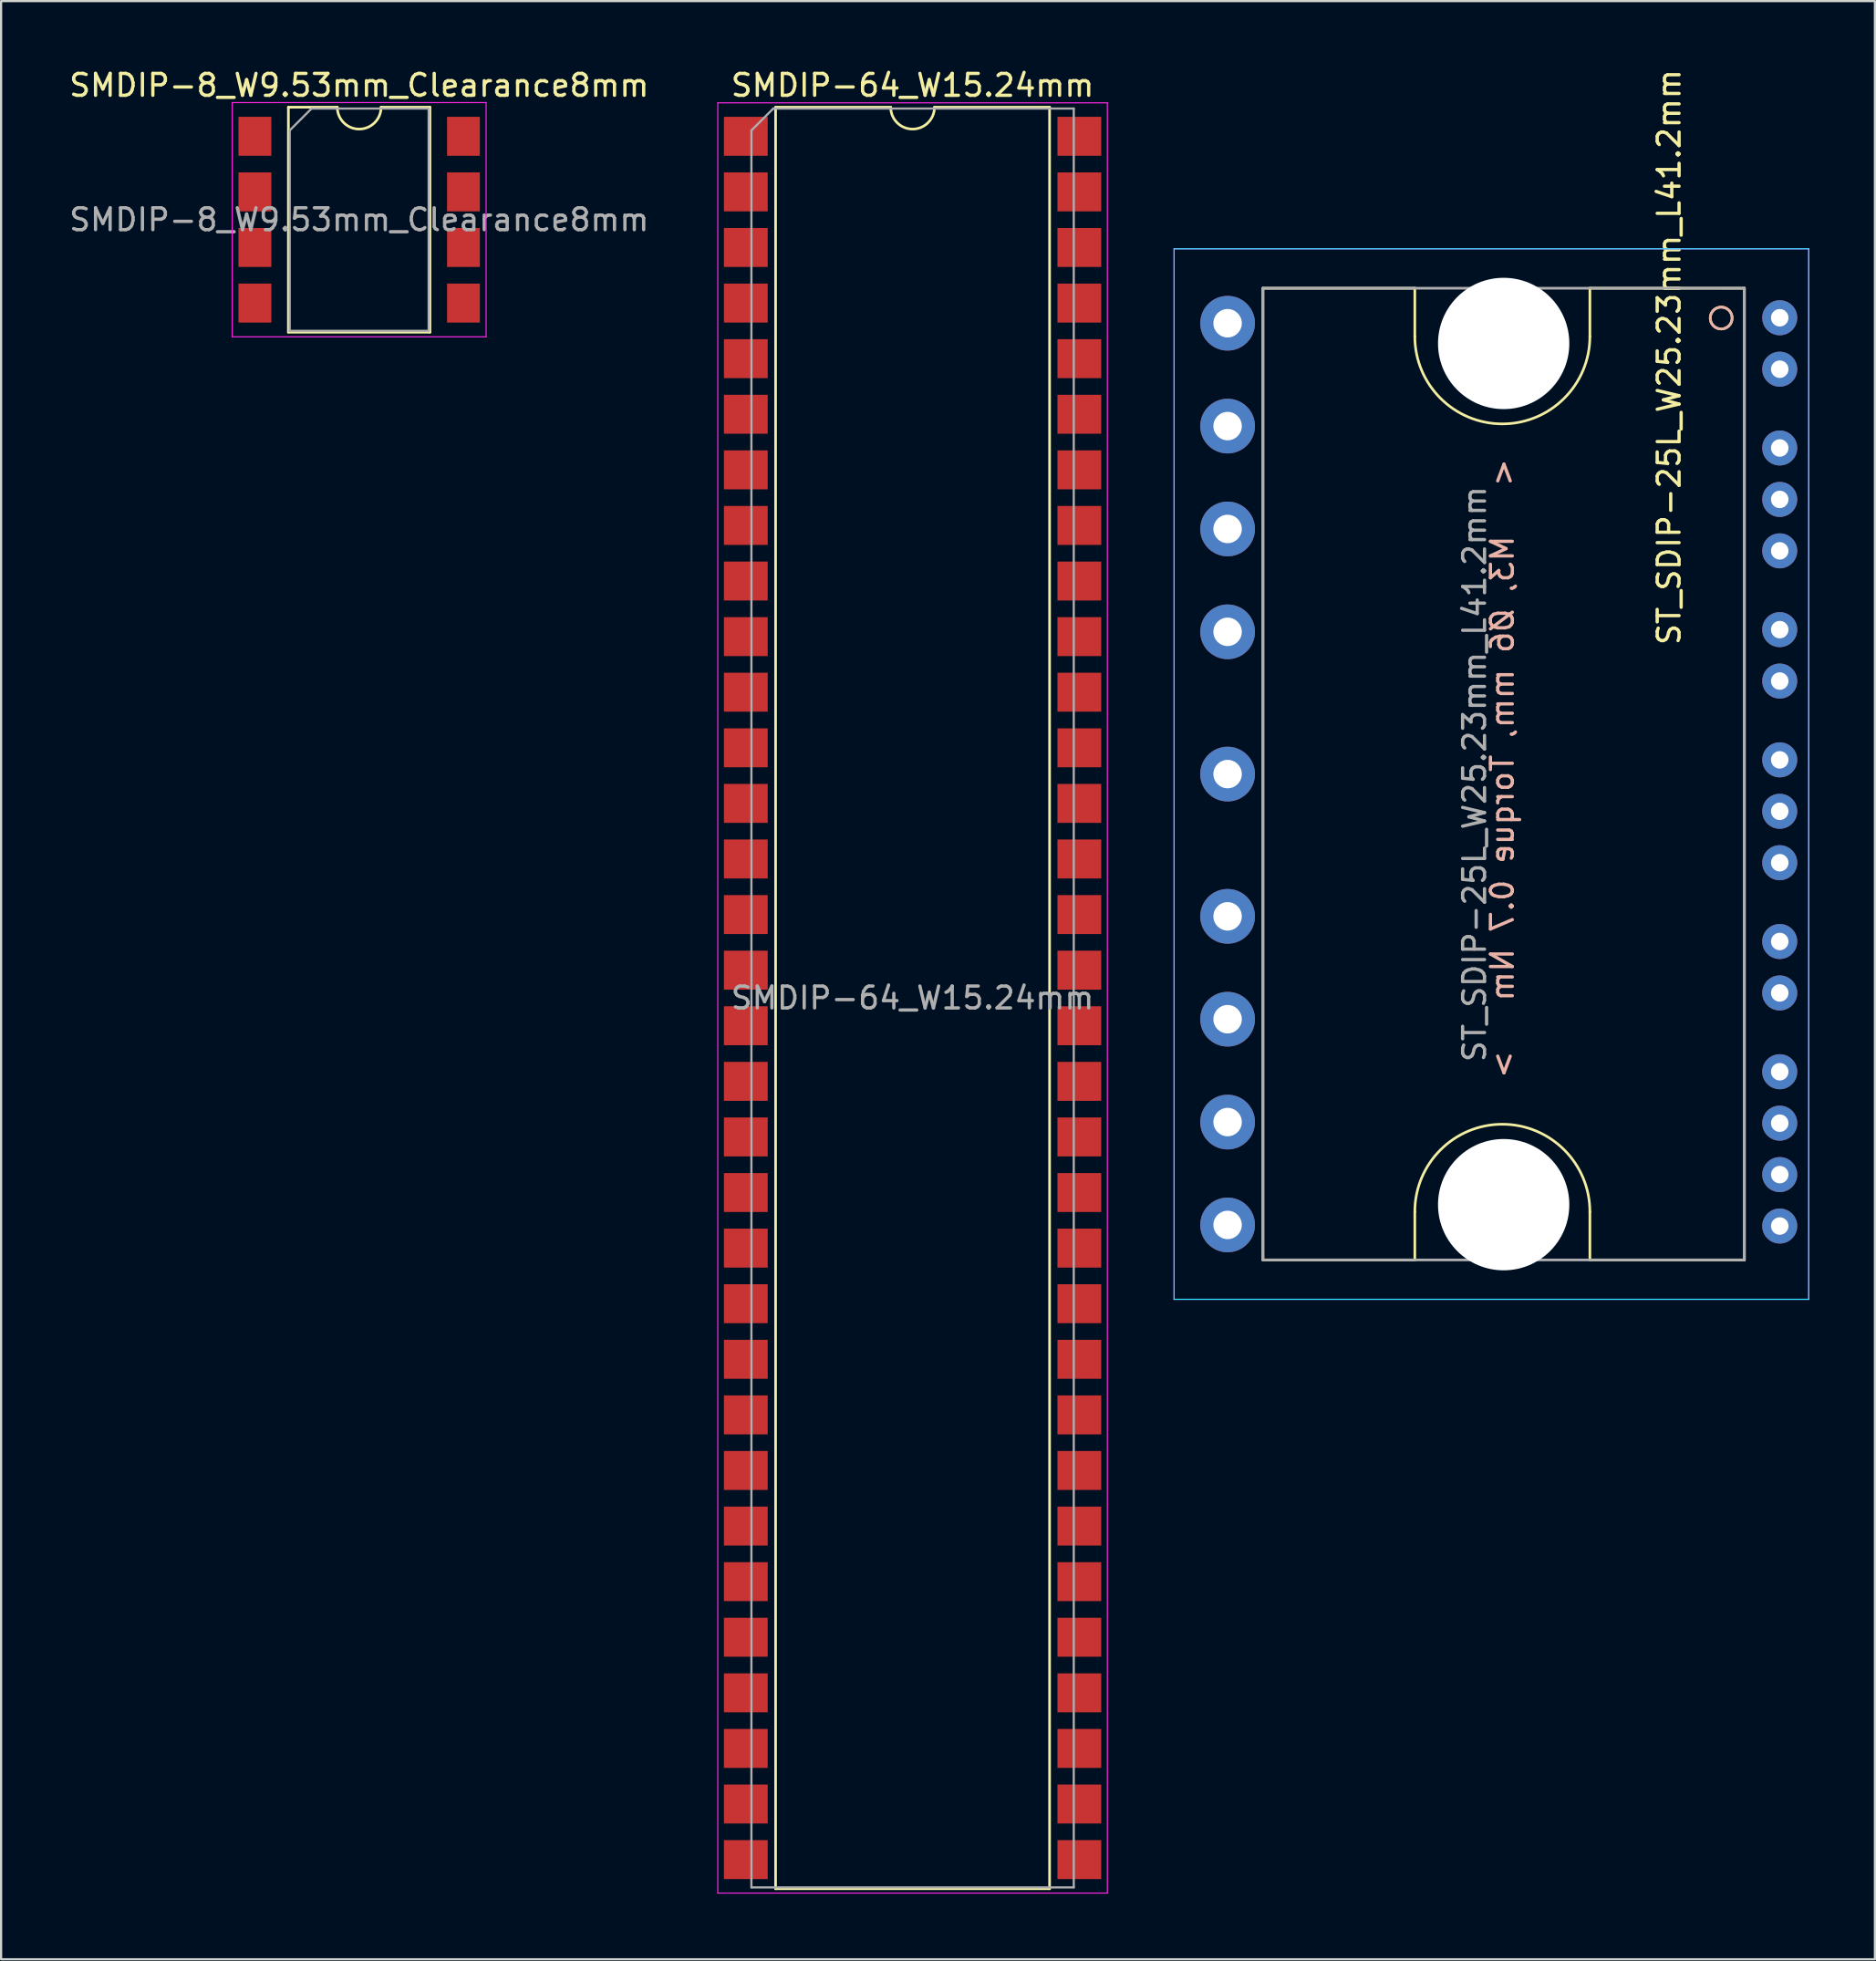
<source format=kicad_pcb>
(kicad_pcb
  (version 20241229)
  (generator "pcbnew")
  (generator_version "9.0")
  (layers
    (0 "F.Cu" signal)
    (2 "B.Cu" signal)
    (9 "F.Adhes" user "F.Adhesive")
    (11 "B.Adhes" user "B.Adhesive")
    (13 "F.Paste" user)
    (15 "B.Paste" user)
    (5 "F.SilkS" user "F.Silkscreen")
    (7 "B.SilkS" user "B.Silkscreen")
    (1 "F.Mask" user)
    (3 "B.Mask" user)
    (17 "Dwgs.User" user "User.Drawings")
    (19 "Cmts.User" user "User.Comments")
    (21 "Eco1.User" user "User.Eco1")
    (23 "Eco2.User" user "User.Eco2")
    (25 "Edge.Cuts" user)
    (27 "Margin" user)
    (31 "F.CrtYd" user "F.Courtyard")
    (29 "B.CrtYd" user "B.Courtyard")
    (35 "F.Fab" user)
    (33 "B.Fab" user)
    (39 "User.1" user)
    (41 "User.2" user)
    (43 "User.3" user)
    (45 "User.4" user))
  (footprint "SMDIP-8_W9.53mm_Clearance8mm"
    (layer "F.Cu")
    (at 13.363 6.988)
    (property "Reference" "SMDIP-8_W9.53mm_Clearance8mm" (at 0 -6.14 0) (layer "F.SilkS") (effects (font (size 1 1) (thickness 0.15))))
    (attr smd)
    (fp_line (start -3.235 -5.14) (end -3.235 5.14) (stroke (width 0.12) (type solid)) (layer "F.SilkS"))
    (fp_line (start -3.235 5.14) (end 3.235 5.14) (stroke (width 0.12) (type solid)) (layer "F.SilkS"))
    (fp_line (start -1 -5.14) (end -3.235 -5.14) (stroke (width 0.12) (type solid)) (layer "F.SilkS"))
    (fp_line (start 3.235 -5.14) (end 1 -5.14) (stroke (width 0.12) (type solid)) (layer "F.SilkS"))
    (fp_line (start 3.235 5.14) (end 3.235 -5.14) (stroke (width 0.12) (type solid)) (layer "F.SilkS"))
    (fp_arc (start 1 -5.14) (mid 0 -4.14) (end -1 -5.14) (stroke (width 0.12) (type solid)) (layer "F.SilkS"))
    (fp_line (start -5.8 -5.35) (end -5.8 5.35) (stroke (width 0.05) (type solid)) (layer "F.CrtYd"))
    (fp_line (start -5.8 5.35) (end 5.8 5.35) (stroke (width 0.05) (type solid)) (layer "F.CrtYd"))
    (fp_line (start 5.8 -5.35) (end -5.8 -5.35) (stroke (width 0.05) (type solid)) (layer "F.CrtYd"))
    (fp_line (start 5.8 5.35) (end 5.8 -5.35) (stroke (width 0.05) (type solid)) (layer "F.CrtYd"))
    (fp_line (start -3.175 -4.08) (end -2.175 -5.08) (stroke (width 0.1) (type solid)) (layer "F.Fab"))
    (fp_line (start -3.175 5.08) (end -3.175 -4.08) (stroke (width 0.1) (type solid)) (layer "F.Fab"))
    (fp_line (start -2.175 -5.08) (end 3.175 -5.08) (stroke (width 0.1) (type solid)) (layer "F.Fab"))
    (fp_line (start 3.175 -5.08) (end 3.175 5.08) (stroke (width 0.1) (type solid)) (layer "F.Fab"))
    (fp_line (start 3.175 5.08) (end -3.175 5.08) (stroke (width 0.1) (type solid)) (layer "F.Fab"))
    (fp_text user "${REFERENCE}" (at 0 0 0) (layer "F.Fab") (effects (font (size 1 1) (thickness 0.15))))
    (pad "1" smd rect (at -4.765 -3.81) (size 1.5 1.78) (layers "F.Cu" "F.Mask" "F.Paste"))
    (pad "2" smd rect (at -4.765 -1.27) (size 1.5 1.78) (layers "F.Cu" "F.Mask" "F.Paste"))
    (pad "3" smd rect (at -4.765 1.27) (size 1.5 1.78) (layers "F.Cu" "F.Mask" "F.Paste"))
    (pad "4" smd rect (at -4.765 3.81) (size 1.5 1.78) (layers "F.Cu" "F.Mask" "F.Paste"))
    (pad "5" smd rect (at 4.765 3.81) (size 1.5 1.78) (layers "F.Cu" "F.Mask" "F.Paste"))
    (pad "6" smd rect (at 4.765 1.27) (size 1.5 1.78) (layers "F.Cu" "F.Mask" "F.Paste"))
    (pad "7" smd rect (at 4.765 -1.27) (size 1.5 1.78) (layers "F.Cu" "F.Mask" "F.Paste"))
    (pad "8" smd rect (at 4.765 -3.81) (size 1.5 1.78) (layers "F.Cu" "F.Mask" "F.Paste")))
  (footprint "ST_SDIP-25L_W25.23mm_L41.2mm"
    (layer "F.Cu")
    (at 78.276 11.469)
    (property "Reference" "ST_SDIP-25L_W25.23mm_L41.2mm" (at -5.055 1.799 90) (layer "F.SilkS") (effects (font (size 1 1) (thickness 0.15))))
    (attr through_hole)
    (fp_line (start -23.615 -1.35) (end -23.615 43.05) (stroke (width 0.12) (type solid)) (layer "F.SilkS"))
    (fp_line (start -23.615 43.05) (end -16.675 43.05) (stroke (width 0.12) (type solid)) (layer "F.SilkS"))
    (fp_line (start -16.675 -1.35) (end -23.615 -1.35) (stroke (width 0.12) (type solid)) (layer "F.SilkS"))
    (fp_line (start -16.675 0.849) (end -16.675 -1.351) (stroke (width 0.12) (type solid)) (layer "F.SilkS"))
    (fp_line (start -16.675 40.849) (end -16.675 43.05) (stroke (width 0.12) (type solid)) (layer "F.SilkS"))
    (fp_line (start -8.675 -1.351) (end -8.675 0.849) (stroke (width 0.12) (type solid)) (layer "F.SilkS"))
    (fp_line (start -8.675 40.849) (end -8.675 43.049) (stroke (width 0.12) (type solid)) (layer "F.SilkS"))
    (fp_line (start -8.675 43.05) (end -1.615 43.05) (stroke (width 0.12) (type solid)) (layer "F.SilkS"))
    (fp_line (start -1.615 -1.35) (end -8.675 -1.351) (stroke (width 0.12) (type solid)) (layer "F.SilkS"))
    (fp_line (start -1.615 43.05) (end -1.615 -1.35) (stroke (width 0.12) (type solid)) (layer "F.SilkS"))
    (fp_arc (start -16.675 40.849) (mid -12.675 36.849) (end -8.675 40.849) (stroke (width 0.12) (type solid)) (layer "F.SilkS"))
    (fp_arc (start -8.675 0.849) (mid -12.675 4.849) (end -16.675 0.849) (stroke (width 0.12) (type solid)) (layer "F.SilkS"))
    (fp_circle (center -2.675 0.013) (end -2.675 -0.487) (stroke (width 0.12) (type solid)) (fill no) (layer "F.SilkS"))
    (fp_circle (center -2.675 0.013) (end -2.175 0.013) (stroke (width 0.12) (type solid)) (fill no) (layer "B.SilkS"))
    (fp_line (start -27.675 -3.151) (end -27.675 44.849) (stroke (width 0.05) (type solid)) (layer "B.CrtYd"))
    (fp_line (start -27.675 44.849) (end 1.325 44.849) (stroke (width 0.05) (type solid)) (layer "B.CrtYd"))
    (fp_line (start 1.325 -3.151) (end -27.675 -3.151) (stroke (width 0.05) (type solid)) (layer "B.CrtYd"))
    (fp_line (start 1.325 44.849) (end 1.325 -3.151) (stroke (width 0.05) (type solid)) (layer "B.CrtYd"))
    (fp_line (start -27.675 -3.151) (end -27.675 44.849) (stroke (width 0.05) (type solid)) (layer "F.CrtYd"))
    (fp_line (start -27.675 44.849) (end 1.325 44.849) (stroke (width 0.05) (type solid)) (layer "F.CrtYd"))
    (fp_line (start 1.325 -3.151) (end -27.675 -3.151) (stroke (width 0.05) (type solid)) (layer "F.CrtYd"))
    (fp_line (start 1.325 44.849) (end 1.325 -3.151) (stroke (width 0.05) (type solid)) (layer "F.CrtYd"))
    (fp_line (start -23.615 -1.35) (end -23.615 43.05) (stroke (width 0.12) (type solid)) (layer "F.Fab"))
    (fp_line (start -23.615 43.05) (end -1.615 43.05) (stroke (width 0.12) (type solid)) (layer "F.Fab"))
    (fp_line (start -1.615 -1.35) (end -23.615 -1.35) (stroke (width 0.12) (type solid)) (layer "F.Fab"))
    (fp_line (start -1.615 43.05) (end -1.615 -1.35) (stroke (width 0.12) (type solid)) (layer "F.Fab"))
    (fp_text user "<   M3, Ø6 mm, Torque 0.7 Nm   >" (at -12.675 20.595 270) (layer "B.SilkS") (effects (font (size 1 1) (thickness 0.15)) (justify mirror)))
    (fp_text user "${REFERENCE}" (at -13.945 20.849 90) (layer "F.Fab") (effects (font (size 1 1) (thickness 0.15))))
    (pad "" np_thru_hole circle (at -12.615 1.174 270) (size 6 6) (drill 6) (layers "*.Cu" "*.Mask"))
    (pad "" np_thru_hole circle (at -12.615 40.524 270) (size 6 6) (drill 6) (layers "*.Cu" "*.Mask"))
    (pad "1" thru_hole circle (at 0 0 270) (size 1.6 1.6) (drill 0.8) (layers "*.Cu" "*.Mask"))
    (pad "2" thru_hole circle (at 0 2.35 270) (size 1.6 1.6) (drill 0.8) (layers "*.Cu" "*.Mask"))
    (pad "3" thru_hole circle (at 0 5.95 270) (size 1.6 1.6) (drill 0.8) (layers "*.Cu" "*.Mask"))
    (pad "4" thru_hole circle (at 0 8.3 270) (size 1.6 1.6) (drill 0.8) (layers "*.Cu" "*.Mask"))
    (pad "5" thru_hole circle (at 0 10.65 270) (size 1.6 1.6) (drill 0.8) (layers "*.Cu" "*.Mask"))
    (pad "6" thru_hole circle (at 0 14.25 270) (size 1.6 1.6) (drill 0.8) (layers "*.Cu" "*.Mask"))
    (pad "7" thru_hole circle (at 0 16.6 270) (size 1.6 1.6) (drill 0.8) (layers "*.Cu" "*.Mask"))
    (pad "8" thru_hole circle (at 0 20.2 270) (size 1.6 1.6) (drill 0.8) (layers "*.Cu" "*.Mask"))
    (pad "9" thru_hole circle (at 0 22.55 270) (size 1.6 1.6) (drill 0.8) (layers "*.Cu" "*.Mask"))
    (pad "10" thru_hole circle (at 0 24.9 270) (size 1.6 1.6) (drill 0.8) (layers "*.Cu" "*.Mask"))
    (pad "11" thru_hole circle (at 0 28.5 270) (size 1.6 1.6) (drill 0.8) (layers "*.Cu" "*.Mask"))
    (pad "12" thru_hole circle (at 0 30.85 270) (size 1.6 1.6) (drill 0.8) (layers "*.Cu" "*.Mask"))
    (pad "13" thru_hole circle (at 0 34.45 270) (size 1.6 1.6) (drill 0.8) (layers "*.Cu" "*.Mask"))
    (pad "14" thru_hole circle (at 0 36.8 270) (size 1.6 1.6) (drill 0.8) (layers "*.Cu" "*.Mask"))
    (pad "15" thru_hole circle (at 0 39.15 270) (size 1.6 1.6) (drill 0.8) (layers "*.Cu" "*.Mask"))
    (pad "16" thru_hole circle (at 0 41.5 270) (size 1.6 1.6) (drill 0.8) (layers "*.Cu" "*.Mask"))
    (pad "17" thru_hole circle (at -25.23 41.45 270) (size 2.5 2.5) (drill 1.3) (layers "*.Cu" "*.Mask"))
    (pad "18" thru_hole circle (at -25.23 36.75 270) (size 2.5 2.5) (drill 1.3) (layers "*.Cu" "*.Mask"))
    (pad "19" thru_hole circle (at -25.23 32.05 270) (size 2.5 2.5) (drill 1.3) (layers "*.Cu" "*.Mask"))
    (pad "20" thru_hole circle (at -25.23 27.35 270) (size 2.5 2.5) (drill 1.3) (layers "*.Cu" "*.Mask"))
    (pad "21" thru_hole circle (at -25.23 20.85 270) (size 2.5 2.5) (drill 1.3) (layers "*.Cu" "*.Mask"))
    (pad "22" thru_hole circle (at -25.23 14.35 270) (size 2.5 2.5) (drill 1.3) (layers "*.Cu" "*.Mask"))
    (pad "23" thru_hole circle (at -25.23 9.65 270) (size 2.5 2.5) (drill 1.3) (layers "*.Cu" "*.Mask"))
    (pad "24" thru_hole circle (at -25.23 4.95 270) (size 2.5 2.5) (drill 1.3) (layers "*.Cu" "*.Mask"))
    (pad "25" thru_hole circle (at -25.23 0.25 270) (size 2.5 2.5) (drill 1.3) (layers "*.Cu" "*.Mask")))
  (footprint "SMDIP-64_W15.24mm"
    (layer "F.Cu")
    (at 38.651 42.548)
    (property "Reference" "SMDIP-64_W15.24mm" (at 0 -41.7 0) (layer "F.SilkS") (effects (font (size 1 1) (thickness 0.15))))
    (attr smd)
    (fp_line (start -6.26 -40.7) (end -6.26 40.7) (stroke (width 0.12) (type solid)) (layer "F.SilkS"))
    (fp_line (start -6.26 40.7) (end 6.26 40.7) (stroke (width 0.12) (type solid)) (layer "F.SilkS"))
    (fp_line (start -1 -40.7) (end -6.26 -40.7) (stroke (width 0.12) (type solid)) (layer "F.SilkS"))
    (fp_line (start 6.26 -40.7) (end 1 -40.7) (stroke (width 0.12) (type solid)) (layer "F.SilkS"))
    (fp_line (start 6.26 40.7) (end 6.26 -40.7) (stroke (width 0.12) (type solid)) (layer "F.SilkS"))
    (fp_arc (start 1 -40.7) (mid 0 -39.7) (end -1 -40.7) (stroke (width 0.12) (type solid)) (layer "F.SilkS"))
    (fp_line (start -8.9 -40.9) (end -8.9 40.9) (stroke (width 0.05) (type solid)) (layer "F.CrtYd"))
    (fp_line (start -8.9 40.9) (end 8.9 40.9) (stroke (width 0.05) (type solid)) (layer "F.CrtYd"))
    (fp_line (start 8.9 -40.9) (end -8.9 -40.9) (stroke (width 0.05) (type solid)) (layer "F.CrtYd"))
    (fp_line (start 8.9 40.9) (end 8.9 -40.9) (stroke (width 0.05) (type solid)) (layer "F.CrtYd"))
    (fp_line (start -7.365 -39.64) (end -6.365 -40.64) (stroke (width 0.1) (type solid)) (layer "F.Fab"))
    (fp_line (start -7.365 40.64) (end -7.365 -39.64) (stroke (width 0.1) (type solid)) (layer "F.Fab"))
    (fp_line (start -6.365 -40.64) (end 7.365 -40.64) (stroke (width 0.1) (type solid)) (layer "F.Fab"))
    (fp_line (start 7.365 -40.64) (end 7.365 40.64) (stroke (width 0.1) (type solid)) (layer "F.Fab"))
    (fp_line (start 7.365 40.64) (end -7.365 40.64) (stroke (width 0.1) (type solid)) (layer "F.Fab"))
    (fp_text user "${REFERENCE}" (at 0 0 0) (layer "F.Fab") (effects (font (size 1 1) (thickness 0.15))))
    (pad "1" smd rect (at -7.62 -39.37) (size 2 1.78) (layers "F.Cu" "F.Mask" "F.Paste"))
    (pad "2" smd rect (at -7.62 -36.83) (size 2 1.78) (layers "F.Cu" "F.Mask" "F.Paste"))
    (pad "3" smd rect (at -7.62 -34.29) (size 2 1.78) (layers "F.Cu" "F.Mask" "F.Paste"))
    (pad "4" smd rect (at -7.62 -31.75) (size 2 1.78) (layers "F.Cu" "F.Mask" "F.Paste"))
    (pad "5" smd rect (at -7.62 -29.21) (size 2 1.78) (layers "F.Cu" "F.Mask" "F.Paste"))
    (pad "6" smd rect (at -7.62 -26.67) (size 2 1.78) (layers "F.Cu" "F.Mask" "F.Paste"))
    (pad "7" smd rect (at -7.62 -24.13) (size 2 1.78) (layers "F.Cu" "F.Mask" "F.Paste"))
    (pad "8" smd rect (at -7.62 -21.59) (size 2 1.78) (layers "F.Cu" "F.Mask" "F.Paste"))
    (pad "9" smd rect (at -7.62 -19.05) (size 2 1.78) (layers "F.Cu" "F.Mask" "F.Paste"))
    (pad "10" smd rect (at -7.62 -16.51) (size 2 1.78) (layers "F.Cu" "F.Mask" "F.Paste"))
    (pad "11" smd rect (at -7.62 -13.97) (size 2 1.78) (layers "F.Cu" "F.Mask" "F.Paste"))
    (pad "12" smd rect (at -7.62 -11.43) (size 2 1.78) (layers "F.Cu" "F.Mask" "F.Paste"))
    (pad "13" smd rect (at -7.62 -8.89) (size 2 1.78) (layers "F.Cu" "F.Mask" "F.Paste"))
    (pad "14" smd rect (at -7.62 -6.35) (size 2 1.78) (layers "F.Cu" "F.Mask" "F.Paste"))
    (pad "15" smd rect (at -7.62 -3.81) (size 2 1.78) (layers "F.Cu" "F.Mask" "F.Paste"))
    (pad "16" smd rect (at -7.62 -1.27) (size 2 1.78) (layers "F.Cu" "F.Mask" "F.Paste"))
    (pad "17" smd rect (at -7.62 1.27) (size 2 1.78) (layers "F.Cu" "F.Mask" "F.Paste"))
    (pad "18" smd rect (at -7.62 3.81) (size 2 1.78) (layers "F.Cu" "F.Mask" "F.Paste"))
    (pad "19" smd rect (at -7.62 6.35) (size 2 1.78) (layers "F.Cu" "F.Mask" "F.Paste"))
    (pad "20" smd rect (at -7.62 8.89) (size 2 1.78) (layers "F.Cu" "F.Mask" "F.Paste"))
    (pad "21" smd rect (at -7.62 11.43) (size 2 1.78) (layers "F.Cu" "F.Mask" "F.Paste"))
    (pad "22" smd rect (at -7.62 13.97) (size 2 1.78) (layers "F.Cu" "F.Mask" "F.Paste"))
    (pad "23" smd rect (at -7.62 16.51) (size 2 1.78) (layers "F.Cu" "F.Mask" "F.Paste"))
    (pad "24" smd rect (at -7.62 19.05) (size 2 1.78) (layers "F.Cu" "F.Mask" "F.Paste"))
    (pad "25" smd rect (at -7.62 21.59) (size 2 1.78) (layers "F.Cu" "F.Mask" "F.Paste"))
    (pad "26" smd rect (at -7.62 24.13) (size 2 1.78) (layers "F.Cu" "F.Mask" "F.Paste"))
    (pad "27" smd rect (at -7.62 26.67) (size 2 1.78) (layers "F.Cu" "F.Mask" "F.Paste"))
    (pad "28" smd rect (at -7.62 29.21) (size 2 1.78) (layers "F.Cu" "F.Mask" "F.Paste"))
    (pad "29" smd rect (at -7.62 31.75) (size 2 1.78) (layers "F.Cu" "F.Mask" "F.Paste"))
    (pad "30" smd rect (at -7.62 34.29) (size 2 1.78) (layers "F.Cu" "F.Mask" "F.Paste"))
    (pad "31" smd rect (at -7.62 36.83) (size 2 1.78) (layers "F.Cu" "F.Mask" "F.Paste"))
    (pad "32" smd rect (at -7.62 39.37) (size 2 1.78) (layers "F.Cu" "F.Mask" "F.Paste"))
    (pad "33" smd rect (at 7.62 39.37) (size 2 1.78) (layers "F.Cu" "F.Mask" "F.Paste"))
    (pad "34" smd rect (at 7.62 36.83) (size 2 1.78) (layers "F.Cu" "F.Mask" "F.Paste"))
    (pad "35" smd rect (at 7.62 34.29) (size 2 1.78) (layers "F.Cu" "F.Mask" "F.Paste"))
    (pad "36" smd rect (at 7.62 31.75) (size 2 1.78) (layers "F.Cu" "F.Mask" "F.Paste"))
    (pad "37" smd rect (at 7.62 29.21) (size 2 1.78) (layers "F.Cu" "F.Mask" "F.Paste"))
    (pad "38" smd rect (at 7.62 26.67) (size 2 1.78) (layers "F.Cu" "F.Mask" "F.Paste"))
    (pad "39" smd rect (at 7.62 24.13) (size 2 1.78) (layers "F.Cu" "F.Mask" "F.Paste"))
    (pad "40" smd rect (at 7.62 21.59) (size 2 1.78) (layers "F.Cu" "F.Mask" "F.Paste"))
    (pad "41" smd rect (at 7.62 19.05) (size 2 1.78) (layers "F.Cu" "F.Mask" "F.Paste"))
    (pad "42" smd rect (at 7.62 16.51) (size 2 1.78) (layers "F.Cu" "F.Mask" "F.Paste"))
    (pad "43" smd rect (at 7.62 13.97) (size 2 1.78) (layers "F.Cu" "F.Mask" "F.Paste"))
    (pad "44" smd rect (at 7.62 11.43) (size 2 1.78) (layers "F.Cu" "F.Mask" "F.Paste"))
    (pad "45" smd rect (at 7.62 8.89) (size 2 1.78) (layers "F.Cu" "F.Mask" "F.Paste"))
    (pad "46" smd rect (at 7.62 6.35) (size 2 1.78) (layers "F.Cu" "F.Mask" "F.Paste"))
    (pad "47" smd rect (at 7.62 3.81) (size 2 1.78) (layers "F.Cu" "F.Mask" "F.Paste"))
    (pad "48" smd rect (at 7.62 1.27) (size 2 1.78) (layers "F.Cu" "F.Mask" "F.Paste"))
    (pad "49" smd rect (at 7.62 -1.27) (size 2 1.78) (layers "F.Cu" "F.Mask" "F.Paste"))
    (pad "50" smd rect (at 7.62 -3.81) (size 2 1.78) (layers "F.Cu" "F.Mask" "F.Paste"))
    (pad "51" smd rect (at 7.62 -6.35) (size 2 1.78) (layers "F.Cu" "F.Mask" "F.Paste"))
    (pad "52" smd rect (at 7.62 -8.89) (size 2 1.78) (layers "F.Cu" "F.Mask" "F.Paste"))
    (pad "53" smd rect (at 7.62 -11.43) (size 2 1.78) (layers "F.Cu" "F.Mask" "F.Paste"))
    (pad "54" smd rect (at 7.62 -13.97) (size 2 1.78) (layers "F.Cu" "F.Mask" "F.Paste"))
    (pad "55" smd rect (at 7.62 -16.51) (size 2 1.78) (layers "F.Cu" "F.Mask" "F.Paste"))
    (pad "56" smd rect (at 7.62 -19.05) (size 2 1.78) (layers "F.Cu" "F.Mask" "F.Paste"))
    (pad "57" smd rect (at 7.62 -21.59) (size 2 1.78) (layers "F.Cu" "F.Mask" "F.Paste"))
    (pad "58" smd rect (at 7.62 -24.13) (size 2 1.78) (layers "F.Cu" "F.Mask" "F.Paste"))
    (pad "59" smd rect (at 7.62 -26.67) (size 2 1.78) (layers "F.Cu" "F.Mask" "F.Paste"))
    (pad "60" smd rect (at 7.62 -29.21) (size 2 1.78) (layers "F.Cu" "F.Mask" "F.Paste"))
    (pad "61" smd rect (at 7.62 -31.75) (size 2 1.78) (layers "F.Cu" "F.Mask" "F.Paste"))
    (pad "62" smd rect (at 7.62 -34.29) (size 2 1.78) (layers "F.Cu" "F.Mask" "F.Paste"))
    (pad "63" smd rect (at 7.62 -36.83) (size 2 1.78) (layers "F.Cu" "F.Mask" "F.Paste"))
    (pad "64" smd rect (at 7.62 -39.37) (size 2 1.78) (layers "F.Cu" "F.Mask" "F.Paste")))
  (gr_rect
    (start -3 -3)
    (end 82.626 86.473)
    (stroke (width 0.1) (type default))
    (fill no)
    (layer "Edge.Cuts")))
</source>
